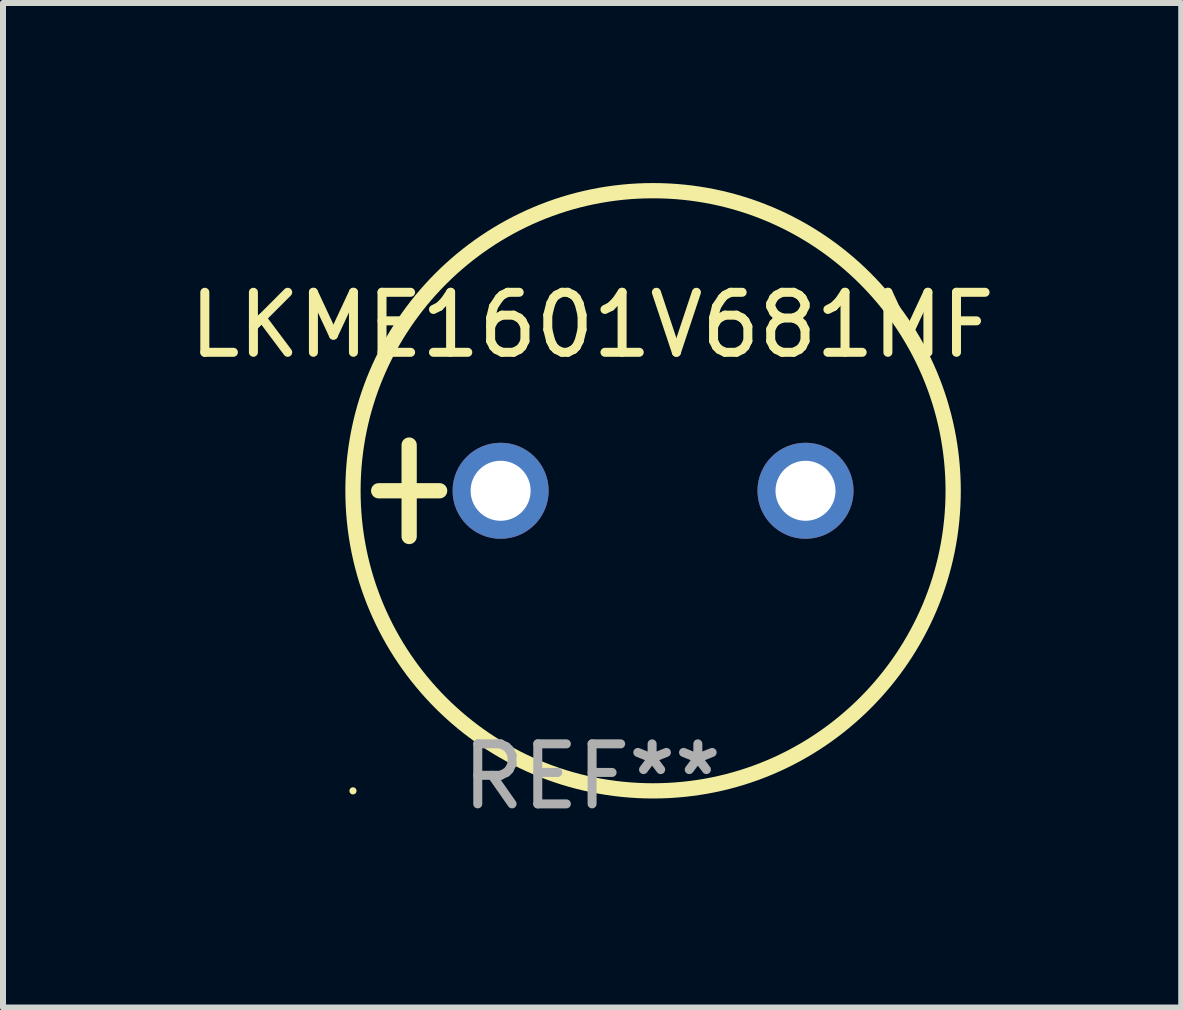
<source format=kicad_pcb>
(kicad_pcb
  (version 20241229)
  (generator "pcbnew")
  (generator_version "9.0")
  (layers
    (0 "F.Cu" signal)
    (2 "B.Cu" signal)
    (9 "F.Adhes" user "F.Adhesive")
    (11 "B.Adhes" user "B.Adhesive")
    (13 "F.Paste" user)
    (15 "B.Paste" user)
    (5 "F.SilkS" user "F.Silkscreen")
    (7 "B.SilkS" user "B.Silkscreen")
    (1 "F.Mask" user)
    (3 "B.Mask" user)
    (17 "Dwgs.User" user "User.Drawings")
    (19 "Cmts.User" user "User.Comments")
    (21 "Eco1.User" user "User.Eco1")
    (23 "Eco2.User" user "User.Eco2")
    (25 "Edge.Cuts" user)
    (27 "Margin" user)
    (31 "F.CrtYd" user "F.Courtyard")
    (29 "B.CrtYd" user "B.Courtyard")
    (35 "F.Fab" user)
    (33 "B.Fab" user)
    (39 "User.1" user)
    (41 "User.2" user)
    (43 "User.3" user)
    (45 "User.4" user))
  (footprint "LKME1601V681MF"
    (layer "F.Cu")
    (at 6.815 5.127)
    (property "Reference" "LKME1601V681MF" (at 0 -2.762 0) (layer "F.SilkS") (effects (font (size 1 1) (thickness 0.15))))
    (attr through_hole)
    (fp_line (start -3.556 0) (end -2.54 0) (stroke (width 0.254) (type solid)) (layer "F.SilkS"))
    (fp_line (start -3.048 -0.762) (end -3.048 0.762) (stroke (width 0.254) (type solid)) (layer "F.SilkS"))
    (fp_circle (center -3.984 5) (end -3.954 5) (stroke (width 0.06) (type solid)) (fill no) (layer "F.SilkS"))
    (fp_circle (center 1.016 0) (end 6.016 0) (stroke (width 0.254) (type solid)) (fill no) (layer "F.SilkS"))
    (fp_text user "REF**" (at 0 4.762 0) (layer "F.Fab") (effects (font (size 1 1) (thickness 0.15))))
    (pad "1" thru_hole circle (at -1.524 0) (size 1.6 1.6) (drill 1) (layers "*.Cu" "*.Mask"))
    (pad "2" thru_hole circle (at 3.556 0) (size 1.6 1.6) (drill 1) (layers "*.Cu" "*.Mask")))
  (gr_rect
    (start -3 -3)
    (end 16.631 13.737)
    (stroke (width 0.1) (type default))
    (fill no)
    (layer "Edge.Cuts")))
</source>
